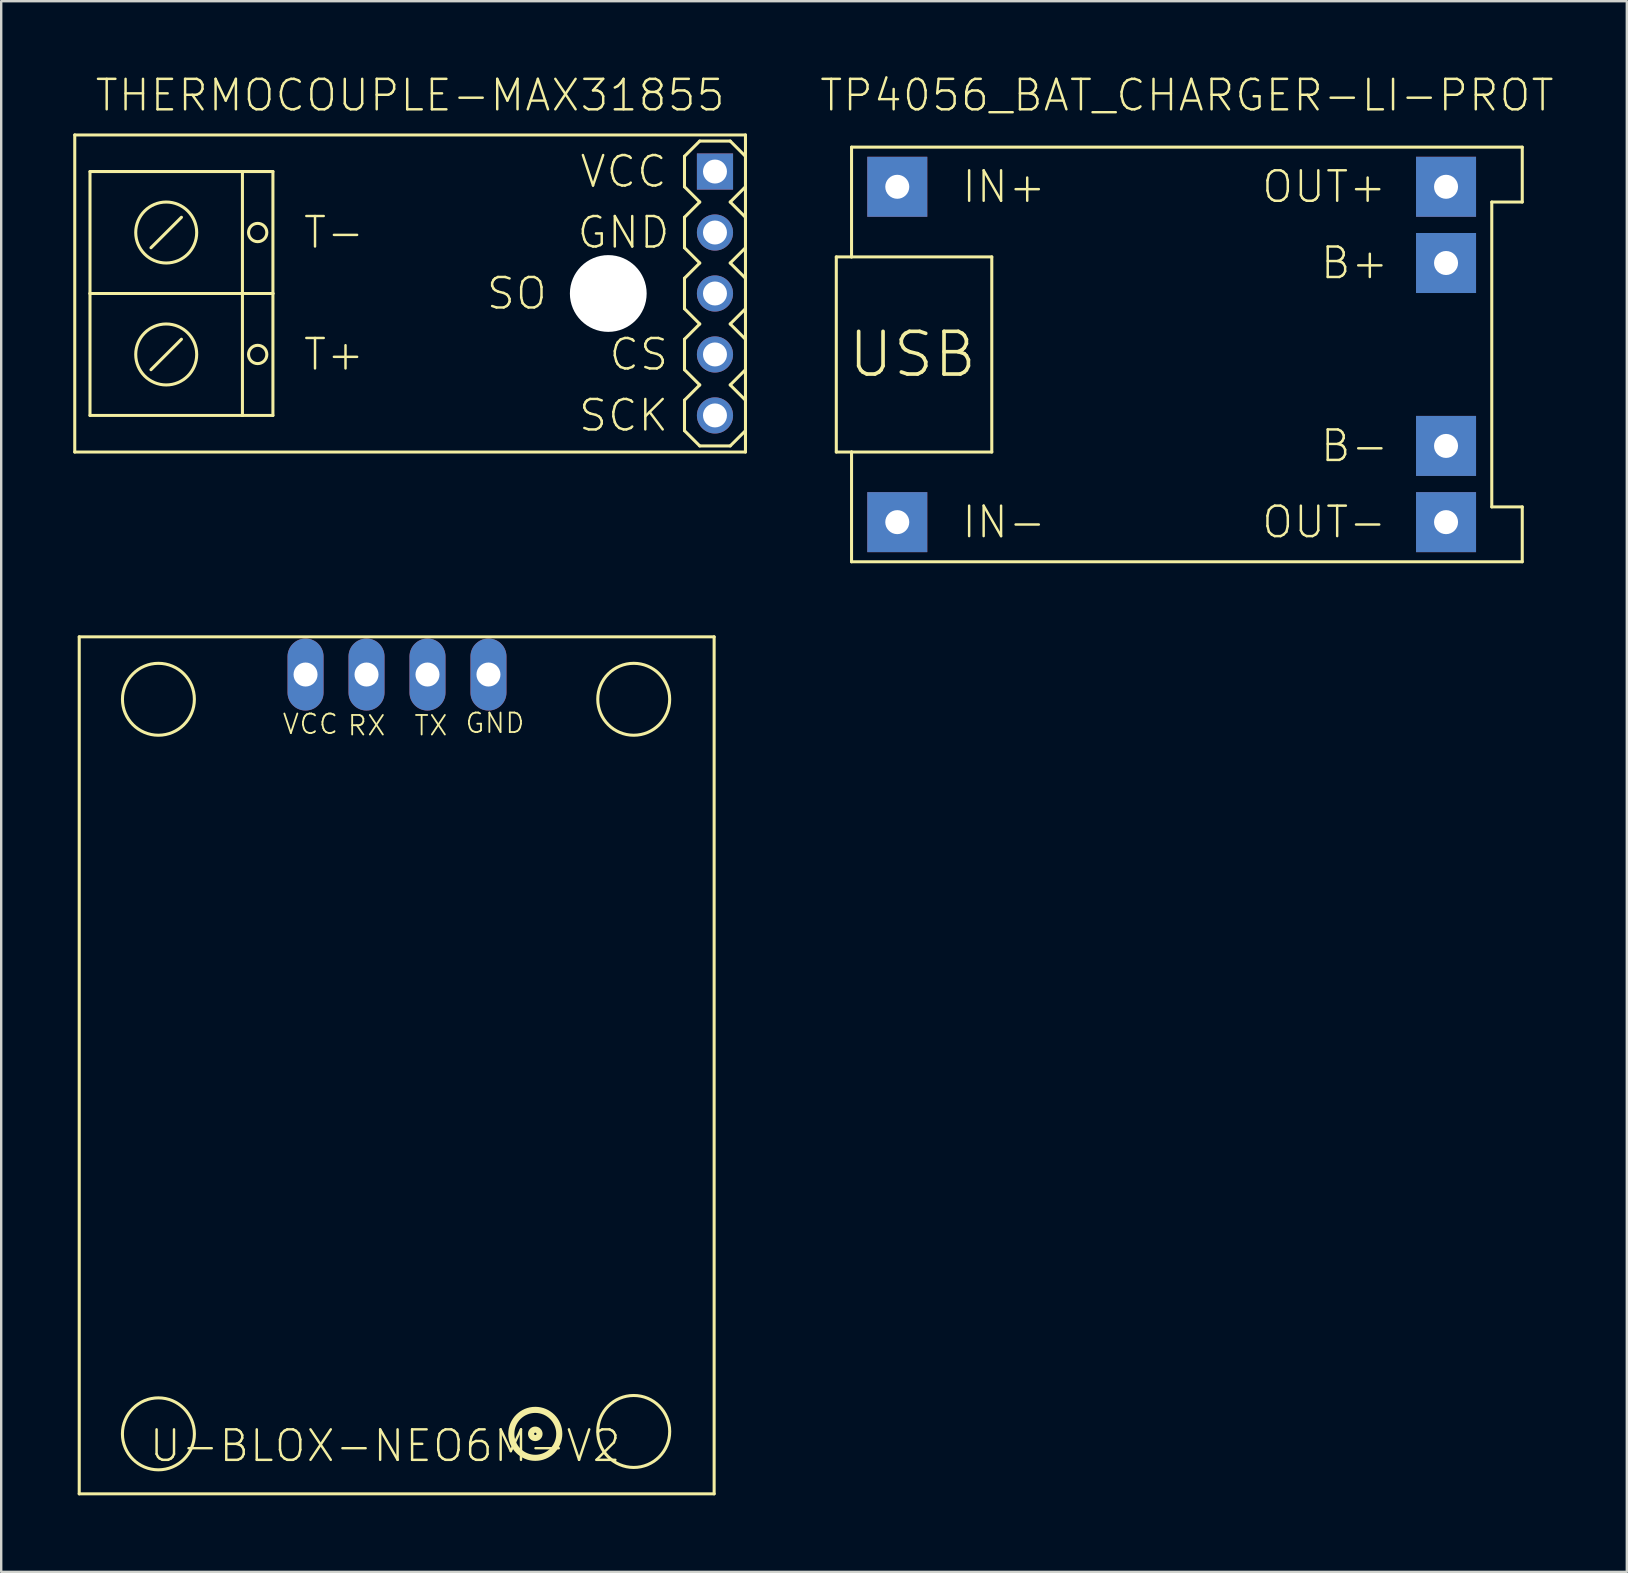
<source format=kicad_pcb>
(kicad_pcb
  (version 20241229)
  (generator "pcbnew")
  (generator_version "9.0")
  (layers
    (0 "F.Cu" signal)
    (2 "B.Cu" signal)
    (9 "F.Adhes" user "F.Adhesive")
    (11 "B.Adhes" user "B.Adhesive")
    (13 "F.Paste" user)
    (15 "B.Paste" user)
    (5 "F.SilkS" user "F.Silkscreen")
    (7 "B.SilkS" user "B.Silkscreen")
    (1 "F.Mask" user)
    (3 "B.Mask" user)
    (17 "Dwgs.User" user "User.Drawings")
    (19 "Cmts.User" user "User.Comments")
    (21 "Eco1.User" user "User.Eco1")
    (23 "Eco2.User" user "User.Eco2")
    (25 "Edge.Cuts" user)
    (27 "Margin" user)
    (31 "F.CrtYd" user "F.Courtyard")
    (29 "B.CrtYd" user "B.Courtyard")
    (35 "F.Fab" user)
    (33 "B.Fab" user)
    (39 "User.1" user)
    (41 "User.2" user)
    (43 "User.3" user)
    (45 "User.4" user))
  (footprint "U-BLOX-NEO6M-V2"
    (layer "F.Cu")
    (at 0.25 59.179)
    (property "Reference" "U-BLOX-NEO6M-V2" (at 12.748 -1.999 0) (layer "F.SilkS") (effects (font (size 1.27 1.27) (thickness 0.102))))
    (attr exclude_from_pos_files exclude_from_bom)
    (fp_line (start 0 -35.7) (end 26.449 -35.7) (stroke (width 0.127) (type solid)) (layer "F.SilkS"))
    (fp_line (start 0 0) (end 0 -35.7) (stroke (width 0.127) (type solid)) (layer "F.SilkS"))
    (fp_line (start 0 0) (end 26.449 0) (stroke (width 0.127) (type solid)) (layer "F.SilkS"))
    (fp_line (start 26.449 -35.7) (end 26.449 0) (stroke (width 0.127) (type solid)) (layer "F.SilkS"))
    (fp_circle (center 3.299 -33.099) (end 3.299 -34.597) (stroke (width 0.127) (type solid)) (fill no) (layer "F.SilkS"))
    (fp_circle (center 3.299 -2.499) (end 3.299 -3.998) (stroke (width 0.127) (type solid)) (fill no) (layer "F.SilkS"))
    (fp_circle (center 18.999 -2.499) (end 18.999 -3.498) (stroke (width 0.254) (type solid)) (fill no) (layer "F.SilkS"))
    (fp_circle (center 18.999 -2.499) (end 18.999 -2.548) (stroke (width 0.254) (type solid)) (fill no) (layer "F.SilkS"))
    (fp_circle (center 23.099 -33.099) (end 23.099 -34.597) (stroke (width 0.127) (type solid)) (fill no) (layer "F.SilkS"))
    (fp_circle (center 23.099 -2.598) (end 23.099 -4.097) (stroke (width 0.127) (type solid)) (fill no) (layer "F.SilkS"))
    (fp_text user "RX" (at 11.971 -32.004 0) (layer "F.SilkS") (effects (font (size 0.813 0.813) (thickness 0.076))))
    (fp_text user "VCC" (at 9.629 -32.065 0) (layer "F.SilkS") (effects (font (size 0.813 0.813) (thickness 0.076))))
    (fp_text user "TX" (at 14.651 -32.004 0) (layer "F.SilkS") (effects (font (size 0.813 0.813) (thickness 0.076))))
    (fp_text user "GND" (at 17.318 -32.106 0) (layer "F.SilkS") (effects (font (size 0.813 0.813) (thickness 0.076))))
    (pad "GND" thru_hole oval (at 17.048 -34.13 180) (size 1.5 3) (drill 1) (layers "*.Cu" "*.Paste" "*.Mask"))
    (pad "RX" thru_hole oval (at 11.968 -34.13 180) (size 1.5 3) (drill 1) (layers "*.Cu" "*.Paste" "*.Mask"))
    (pad "TX" thru_hole oval (at 14.508 -34.13 180) (size 1.5 3) (drill 1) (layers "*.Cu" "*.Paste" "*.Mask"))
    (pad "VCC" thru_hole oval (at 9.428 -34.13 180) (size 1.5 3) (drill 1) (layers "*.Cu" "*.Paste" "*.Mask")))
  (footprint "THERMOCOUPLE-MAX31855"
    (layer "F.Cu")
    (at 14.034 9.176)
    (property "Reference" "THERMOCOUPLE-MAX31855" (at 0 -8.255 0) (layer "F.SilkS") (effects (font (size 1.27 1.27) (thickness 0.102))))
    (attr exclude_from_pos_files exclude_from_bom)
    (fp_line (start -13.97 -6.604) (end 13.97 -6.604) (stroke (width 0.127) (type solid)) (layer "F.SilkS"))
    (fp_line (start -13.97 6.604) (end -13.97 -6.604) (stroke (width 0.127) (type solid)) (layer "F.SilkS"))
    (fp_line (start -13.335 -5.08) (end -6.985 -5.08) (stroke (width 0.127) (type solid)) (layer "F.SilkS"))
    (fp_line (start -13.335 0) (end -13.335 -5.08) (stroke (width 0.127) (type solid)) (layer "F.SilkS"))
    (fp_line (start -13.335 5.08) (end -13.335 0) (stroke (width 0.127) (type solid)) (layer "F.SilkS"))
    (fp_line (start -9.525 -3.175) (end -10.795 -1.905) (stroke (width 0.127) (type solid)) (layer "F.SilkS"))
    (fp_line (start -9.525 1.905) (end -10.795 3.175) (stroke (width 0.127) (type solid)) (layer "F.SilkS"))
    (fp_line (start -6.985 -5.08) (end -6.985 5.08) (stroke (width 0.127) (type solid)) (layer "F.SilkS"))
    (fp_line (start -6.985 -5.08) (end -5.715 -5.08) (stroke (width 0.127) (type solid)) (layer "F.SilkS"))
    (fp_line (start -6.985 5.08) (end -13.335 5.08) (stroke (width 0.127) (type solid)) (layer "F.SilkS"))
    (fp_line (start -5.715 -5.08) (end -5.715 0) (stroke (width 0.127) (type solid)) (layer "F.SilkS"))
    (fp_line (start -5.715 0) (end -13.335 0) (stroke (width 0.127) (type solid)) (layer "F.SilkS"))
    (fp_line (start -5.715 0) (end -5.715 5.08) (stroke (width 0.127) (type solid)) (layer "F.SilkS"))
    (fp_line (start -5.715 5.08) (end -6.985 5.08) (stroke (width 0.127) (type solid)) (layer "F.SilkS"))
    (fp_line (start 11.43 -5.715) (end 12.065 -6.35) (stroke (width 0.127) (type solid)) (layer "F.SilkS"))
    (fp_line (start 11.43 -4.445) (end 11.43 -5.715) (stroke (width 0.127) (type solid)) (layer "F.SilkS"))
    (fp_line (start 11.43 -3.175) (end 12.065 -3.81) (stroke (width 0.127) (type solid)) (layer "F.SilkS"))
    (fp_line (start 11.43 -1.905) (end 11.43 -3.175) (stroke (width 0.127) (type solid)) (layer "F.SilkS"))
    (fp_line (start 11.43 -0.635) (end 12.065 -1.27) (stroke (width 0.127) (type solid)) (layer "F.SilkS"))
    (fp_line (start 11.43 0.635) (end 11.43 -0.635) (stroke (width 0.127) (type solid)) (layer "F.SilkS"))
    (fp_line (start 11.43 1.905) (end 12.065 1.27) (stroke (width 0.127) (type solid)) (layer "F.SilkS"))
    (fp_line (start 11.43 3.175) (end 11.43 1.905) (stroke (width 0.127) (type solid)) (layer "F.SilkS"))
    (fp_line (start 11.43 4.445) (end 12.065 3.81) (stroke (width 0.127) (type solid)) (layer "F.SilkS"))
    (fp_line (start 11.43 5.715) (end 11.43 4.445) (stroke (width 0.127) (type solid)) (layer "F.SilkS"))
    (fp_line (start 12.065 -6.35) (end 13.335 -6.35) (stroke (width 0.127) (type solid)) (layer "F.SilkS"))
    (fp_line (start 12.065 -3.81) (end 11.43 -4.445) (stroke (width 0.127) (type solid)) (layer "F.SilkS"))
    (fp_line (start 12.065 -1.27) (end 11.43 -1.905) (stroke (width 0.127) (type solid)) (layer "F.SilkS"))
    (fp_line (start 12.065 1.27) (end 11.43 0.635) (stroke (width 0.127) (type solid)) (layer "F.SilkS"))
    (fp_line (start 12.065 3.81) (end 11.43 3.175) (stroke (width 0.127) (type solid)) (layer "F.SilkS"))
    (fp_line (start 12.065 6.35) (end 11.43 5.715) (stroke (width 0.127) (type solid)) (layer "F.SilkS"))
    (fp_line (start 13.335 -6.35) (end 13.97 -5.715) (stroke (width 0.127) (type solid)) (layer "F.SilkS"))
    (fp_line (start 13.335 -3.81) (end 13.97 -3.175) (stroke (width 0.127) (type solid)) (layer "F.SilkS"))
    (fp_line (start 13.335 -1.27) (end 13.97 -0.635) (stroke (width 0.127) (type solid)) (layer "F.SilkS"))
    (fp_line (start 13.335 1.27) (end 13.97 1.905) (stroke (width 0.127) (type solid)) (layer "F.SilkS"))
    (fp_line (start 13.335 3.81) (end 13.97 4.445) (stroke (width 0.127) (type solid)) (layer "F.SilkS"))
    (fp_line (start 13.335 6.35) (end 12.065 6.35) (stroke (width 0.127) (type solid)) (layer "F.SilkS"))
    (fp_line (start 13.97 -6.604) (end 13.97 6.604) (stroke (width 0.127) (type solid)) (layer "F.SilkS"))
    (fp_line (start 13.97 -4.445) (end 13.335 -3.81) (stroke (width 0.127) (type solid)) (layer "F.SilkS"))
    (fp_line (start 13.97 -1.905) (end 13.335 -1.27) (stroke (width 0.127) (type solid)) (layer "F.SilkS"))
    (fp_line (start 13.97 0.635) (end 13.335 1.27) (stroke (width 0.127) (type solid)) (layer "F.SilkS"))
    (fp_line (start 13.97 3.175) (end 13.335 3.81) (stroke (width 0.127) (type solid)) (layer "F.SilkS"))
    (fp_line (start 13.97 5.715) (end 13.335 6.35) (stroke (width 0.127) (type solid)) (layer "F.SilkS"))
    (fp_line (start 13.97 6.604) (end -13.97 6.604) (stroke (width 0.127) (type solid)) (layer "F.SilkS"))
    (fp_circle (center -10.16 -2.54) (end -10.16 -3.81) (stroke (width 0.127) (type solid)) (fill no) (layer "F.SilkS"))
    (fp_circle (center -10.16 2.54) (end -10.16 1.27) (stroke (width 0.127) (type solid)) (fill no) (layer "F.SilkS"))
    (fp_circle (center -6.35 -2.54) (end -6.35 -2.921) (stroke (width 0.127) (type solid)) (fill no) (layer "F.SilkS"))
    (fp_circle (center -6.35 2.54) (end -6.35 2.159) (stroke (width 0.127) (type solid)) (fill no) (layer "F.SilkS"))
    (fp_text user "T-" (at -3.175 -2.54 0) (layer "F.SilkS") (effects (font (size 1.27 1.27) (thickness 0.102))))
    (fp_text user "SO" (at 4.445 0 0) (layer "F.SilkS") (effects (font (size 1.27 1.27) (thickness 0.102))))
    (fp_text user "GND" (at 8.89 -2.54 0) (layer "F.SilkS") (effects (font (size 1.27 1.27) (thickness 0.102))))
    (fp_text user "SCK" (at 8.89 5.08 0) (layer "F.SilkS") (effects (font (size 1.27 1.27) (thickness 0.102))))
    (fp_text user "T+" (at -3.175 2.54 0) (layer "F.SilkS") (effects (font (size 1.27 1.27) (thickness 0.102))))
    (fp_text user "VCC" (at 8.89 -5.08 0) (layer "F.SilkS") (effects (font (size 1.27 1.27) (thickness 0.102))))
    (fp_text user "CS" (at 9.525 2.54 0) (layer "F.SilkS") (effects (font (size 1.27 1.27) (thickness 0.102))))
    (pad "" np_thru_hole circle (at 8.255 0) (size 3.198 3.198) (drill 3.198) (layers "*.Cu" "*.Mask"))
    (pad "1" thru_hole rect (at 12.7 -5.08) (size 1.506 1.506) (drill 0.998) (layers "*.Cu" "*.Paste" "*.Mask"))
    (pad "2" thru_hole circle (at 12.7 -2.54) (size 1.506 1.506) (drill 0.998) (layers "*.Cu" "*.Paste" "*.Mask"))
    (pad "3" thru_hole circle (at 12.7 0) (size 1.506 1.506) (drill 0.998) (layers "*.Cu" "*.Paste" "*.Mask"))
    (pad "4" thru_hole circle (at 12.7 2.54) (size 1.506 1.506) (drill 0.998) (layers "*.Cu" "*.Paste" "*.Mask"))
    (pad "5" thru_hole circle (at 12.7 5.08) (size 1.506 1.506) (drill 0.998) (layers "*.Cu" "*.Paste" "*.Mask")))
  (footprint "TP4056_BAT_CHARGER-LI-PROT"
    (layer "F.Cu")
    (at 46.393 11.716)
    (property "Reference" "TP4056_BAT_CHARGER-LI-PROT" (at 0 -10.795 0) (layer "F.SilkS") (effects (font (size 1.27 1.27) (thickness 0.102))))
    (attr exclude_from_pos_files exclude_from_bom)
    (fp_line (start -14.605 -4.064) (end -14.605 4.064) (stroke (width 0.127) (type solid)) (layer "F.SilkS"))
    (fp_line (start -14.605 -4.064) (end -13.97 -4.064) (stroke (width 0.127) (type solid)) (layer "F.SilkS"))
    (fp_line (start -14.605 4.064) (end -13.97 4.064) (stroke (width 0.127) (type solid)) (layer "F.SilkS"))
    (fp_line (start -13.97 -8.636) (end -13.97 -4.064) (stroke (width 0.127) (type solid)) (layer "F.SilkS"))
    (fp_line (start -13.97 -8.636) (end 13.97 -8.636) (stroke (width 0.127) (type solid)) (layer "F.SilkS"))
    (fp_line (start -13.97 -4.064) (end -8.128 -4.064) (stroke (width 0.127) (type solid)) (layer "F.SilkS"))
    (fp_line (start -13.97 4.064) (end -8.128 4.064) (stroke (width 0.127) (type solid)) (layer "F.SilkS"))
    (fp_line (start -13.97 8.636) (end -13.97 4.064) (stroke (width 0.127) (type solid)) (layer "F.SilkS"))
    (fp_line (start -8.128 -4.064) (end -8.128 4.064) (stroke (width 0.127) (type solid)) (layer "F.SilkS"))
    (fp_line (start 12.7 -6.35) (end 12.7 6.35) (stroke (width 0.127) (type solid)) (layer "F.SilkS"))
    (fp_line (start 12.7 6.35) (end 13.97 6.35) (stroke (width 0.127) (type solid)) (layer "F.SilkS"))
    (fp_line (start 13.97 -8.636) (end 13.97 -6.35) (stroke (width 0.127) (type solid)) (layer "F.SilkS"))
    (fp_line (start 13.97 -6.35) (end 12.7 -6.35) (stroke (width 0.127) (type solid)) (layer "F.SilkS"))
    (fp_line (start 13.97 6.35) (end 13.97 8.636) (stroke (width 0.127) (type solid)) (layer "F.SilkS"))
    (fp_line (start 13.97 8.636) (end -13.97 8.636) (stroke (width 0.127) (type solid)) (layer "F.SilkS"))
    (fp_text user "OUT+" (at 5.715 -6.985 0) (layer "F.SilkS") (effects (font (size 1.27 1.27) (thickness 0.102))))
    (fp_text user "OUT-" (at 5.715 6.985 0) (layer "F.SilkS") (effects (font (size 1.27 1.27) (thickness 0.102))))
    (fp_text user "B+" (at 6.985 -3.81 0) (layer "F.SilkS") (effects (font (size 1.27 1.27) (thickness 0.102))))
    (fp_text user "IN-" (at -7.62 6.985 0) (layer "F.SilkS") (effects (font (size 1.27 1.27) (thickness 0.102))))
    (fp_text user "IN+" (at -7.62 -6.985 0) (layer "F.SilkS") (effects (font (size 1.27 1.27) (thickness 0.102))))
    (fp_text user "USB" (at -11.43 0 0) (layer "F.SilkS") (effects (font (size 1.778 1.778) (thickness 0.152))))
    (fp_text user "B-" (at 6.985 3.81 0) (layer "F.SilkS") (effects (font (size 1.27 1.27) (thickness 0.102))))
    (pad "B+" thru_hole rect (at 10.795 -3.81) (size 2.5 2.5) (drill 1) (layers "*.Cu" "*.Paste" "*.Mask"))
    (pad "B-" thru_hole rect (at 10.795 3.81) (size 2.5 2.5) (drill 1) (layers "*.Cu" "*.Paste" "*.Mask"))
    (pad "IN+" thru_hole rect (at -12.065 -6.985) (size 2.5 2.5) (drill 1) (layers "*.Cu" "*.Paste" "*.Mask"))
    (pad "IN-" thru_hole rect (at -12.065 6.985) (size 2.5 2.5) (drill 1) (layers "*.Cu" "*.Paste" "*.Mask"))
    (pad "OUT+" thru_hole rect (at 10.795 -6.985) (size 2.5 2.5) (drill 1) (layers "*.Cu" "*.Paste" "*.Mask"))
    (pad "OUT-" thru_hole rect (at 10.795 6.985) (size 2.5 2.5) (drill 1) (layers "*.Cu" "*.Paste" "*.Mask")))
  (gr_rect
    (start -3 -3)
    (end 64.719 62.429)
    (stroke (width 0.1) (type default))
    (fill no)
    (layer "Edge.Cuts")))
</source>
